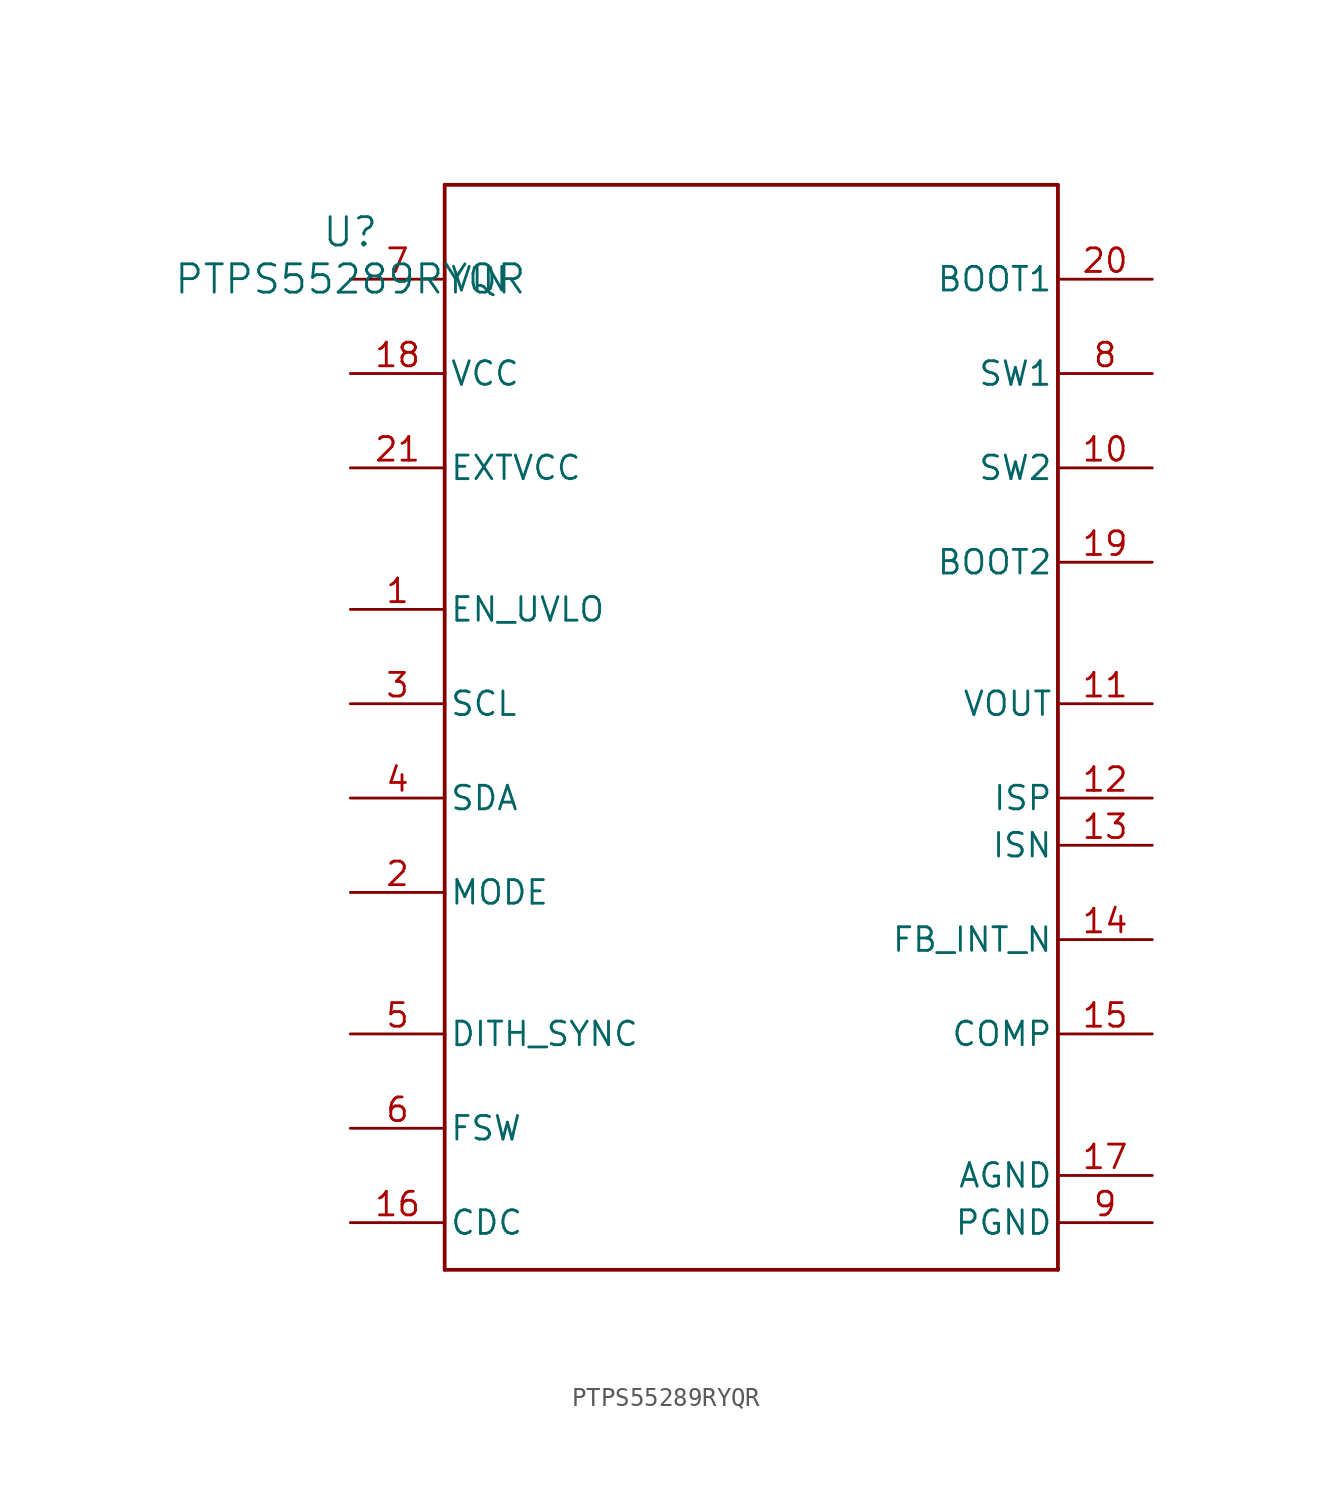
<source format=kicad_sym>
(kicad_symbol_lib
  (version 20211014)
  (generator kicad_symbol_editor)
  (symbol "PTPS55289RYQR"
    (pin_names
      (offset 0.254))
    (property "Reference" "U"
      (at 0 2.54 0)
      (effects (font (size 1.524 1.524))))
    (property "Value" "PTPS55289RYQR"
      (at 0 0 0)
      (effects (font (size 1.524 1.524))))
    (polyline
      (pts (xy 5.08 -53.34) (xy 38.1 -53.34))
      (stroke (width 0.203) (type default) (color 0 0 0 0))
      (fill (type none)))
    (polyline
      (pts (xy 38.1 -53.34) (xy 38.1 5.08))
      (stroke (width 0.203) (type default) (color 0 0 0 0))
      (fill (type none)))
    (polyline
      (pts (xy 38.1 5.08) (xy 5.08 5.08))
      (stroke (width 0.203) (type default) (color 0 0 0 0))
      (fill (type none)))
    (polyline
      (pts (xy 5.08 5.08) (xy 5.08 -53.34))
      (stroke (width 0.203) (type default) (color 0 0 0 0))
      (fill (type none)))
    (pin unspecified line
      (at 0 -17.78 0)
      (length 5.08)
      (name "EN_UVLO" (effects (font (size 1.27 1.27))))
      (number "1" (effects (font (size 1.27 1.27)))))
    (pin unspecified line
      (at 0 -33.02 0)
      (length 5.08)
      (name "MODE" (effects (font (size 1.27 1.27))))
      (number "2" (effects (font (size 1.27 1.27)))))
    (pin unspecified line
      (at 0 -22.86 0)
      (length 5.08)
      (name "SCL" (effects (font (size 1.27 1.27))))
      (number "3" (effects (font (size 1.27 1.27)))))
    (pin unspecified line
      (at 0 -27.94 0)
      (length 5.08)
      (name "SDA" (effects (font (size 1.27 1.27))))
      (number "4" (effects (font (size 1.27 1.27)))))
    (pin unspecified line
      (at 0 -40.64 0)
      (length 5.08)
      (name "DITH_SYNC" (effects (font (size 1.27 1.27))))
      (number "5" (effects (font (size 1.27 1.27)))))
    (pin unspecified line
      (at 0 -45.72 0)
      (length 5.08)
      (name "FSW" (effects (font (size 1.27 1.27))))
      (number "6" (effects (font (size 1.27 1.27)))))
    (pin unspecified line
      (at 0 0 0)
      (length 5.08)
      (name "VIN" (effects (font (size 1.27 1.27))))
      (number "7" (effects (font (size 1.27 1.27)))))
    (pin unspecified line
      (at 43.18 -5.08 180)
      (length 5.08)
      (name "SW1" (effects (font (size 1.27 1.27))))
      (number "8" (effects (font (size 1.27 1.27)))))
    (pin unspecified line
      (at 43.18 -50.8 180)
      (length 5.08)
      (name "PGND" (effects (font (size 1.27 1.27))))
      (number "9" (effects (font (size 1.27 1.27)))))
    (pin unspecified line
      (at 43.18 -10.16 180)
      (length 5.08)
      (name "SW2" (effects (font (size 1.27 1.27))))
      (number "10" (effects (font (size 1.27 1.27)))))
    (pin unspecified line
      (at 43.18 -22.86 180)
      (length 5.08)
      (name "VOUT" (effects (font (size 1.27 1.27))))
      (number "11" (effects (font (size 1.27 1.27)))))
    (pin unspecified line
      (at 43.18 -27.94 180)
      (length 5.08)
      (name "ISP" (effects (font (size 1.27 1.27))))
      (number "12" (effects (font (size 1.27 1.27)))))
    (pin unspecified line
      (at 43.18 -30.48 180)
      (length 5.08)
      (name "ISN" (effects (font (size 1.27 1.27))))
      (number "13" (effects (font (size 1.27 1.27)))))
    (pin unspecified line
      (at 43.18 -35.56 180)
      (length 5.08)
      (name "FB_INT_N" (effects (font (size 1.27 1.27))))
      (number "14" (effects (font (size 1.27 1.27)))))
    (pin unspecified line
      (at 43.18 -40.64 180)
      (length 5.08)
      (name "COMP" (effects (font (size 1.27 1.27))))
      (number "15" (effects (font (size 1.27 1.27)))))
    (pin unspecified line
      (at 0 -50.8 0)
      (length 5.08)
      (name "CDC" (effects (font (size 1.27 1.27))))
      (number "16" (effects (font (size 1.27 1.27)))))
    (pin unspecified line
      (at 43.18 -48.26 180)
      (length 5.08)
      (name "AGND" (effects (font (size 1.27 1.27))))
      (number "17" (effects (font (size 1.27 1.27)))))
    (pin unspecified line
      (at 0 -5.08 0)
      (length 5.08)
      (name "VCC" (effects (font (size 1.27 1.27))))
      (number "18" (effects (font (size 1.27 1.27)))))
    (pin unspecified line
      (at 43.18 -15.24 180)
      (length 5.08)
      (name "BOOT2" (effects (font (size 1.27 1.27))))
      (number "19" (effects (font (size 1.27 1.27)))))
    (pin unspecified line
      (at 43.18 0 180)
      (length 5.08)
      (name "BOOT1" (effects (font (size 1.27 1.27))))
      (number "20" (effects (font (size 1.27 1.27)))))
    (pin unspecified line
      (at 0 -10.16 0)
      (length 5.08)
      (name "EXTVCC" (effects (font (size 1.27 1.27))))
      (number "21" (effects (font (size 1.27 1.27)))))))
</source>
